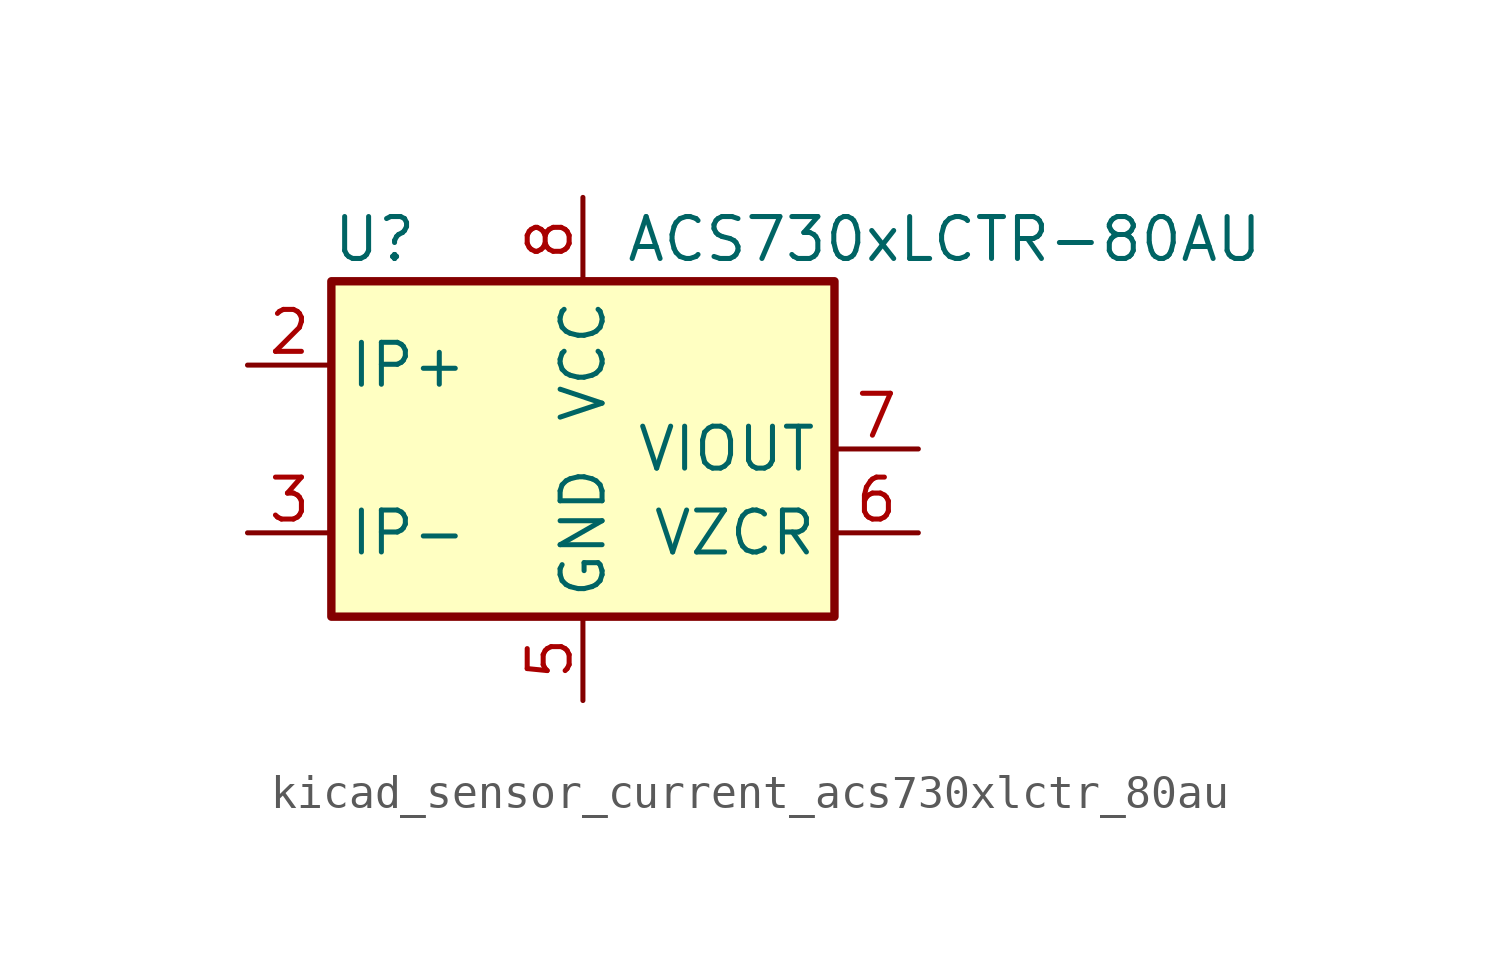
<source format=kicad_sym>
(kicad_symbol_lib
  (version 20220914)
  (generator kicad_symbol_editor)
  (symbol "kicad_sensor_current_acs730xlctr_80au"
    (property "Reference" "U"
      (at -7.62 6.35 0)
      (effects (font (size 1.27 1.27)) (justify left)))
    (property "Value" "ACS730xLCTR-80AU"
      (at 1.27 6.35 0)
      (effects (font (size 1.27 1.27)) (justify left)))
    (symbol "kicad_sensor_current_acs730xlctr_80au_0_1"
      (rectangle (start -7.62 5.08) (end 7.62 -5.08) (stroke (width 0.254) (type default)) (fill (type background))))
    (symbol "kicad_sensor_current_acs730xlctr_80au_1_1"
      (pin passive line (at -10.16 2.54 0) (length 2.54) hide (name "IP+" (effects (font (size 1.27 1.27)))) (number "1" (effects (font (size 1.27 1.27)))))
      (pin passive line (at -10.16 2.54 0) (length 2.54) (name "IP+" (effects (font (size 1.27 1.27)))) (number "2" (effects (font (size 1.27 1.27)))))
      (pin passive line (at -10.16 -2.54 0) (length 2.54) (name "IP-" (effects (font (size 1.27 1.27)))) (number "3" (effects (font (size 1.27 1.27)))))
      (pin passive line (at -10.16 -2.54 0) (length 2.54) hide (name "IP-" (effects (font (size 1.27 1.27)))) (number "4" (effects (font (size 1.27 1.27)))))
      (pin power_in line (at 0 -7.62 90) (length 2.54) (name "GND" (effects (font (size 1.27 1.27)))) (number "5" (effects (font (size 1.27 1.27)))))
      (pin passive line (at 10.16 -2.54 180) (length 2.54) (name "VZCR" (effects (font (size 1.27 1.27)))) (number "6" (effects (font (size 1.27 1.27)))))
      (pin output line (at 10.16 0 180) (length 2.54) (name "VIOUT" (effects (font (size 1.27 1.27)))) (number "7" (effects (font (size 1.27 1.27)))))
      (pin power_in line (at 0 7.62 270) (length 2.54) (name "VCC" (effects (font (size 1.27 1.27)))) (number "8" (effects (font (size 1.27 1.27))))))))
</source>
